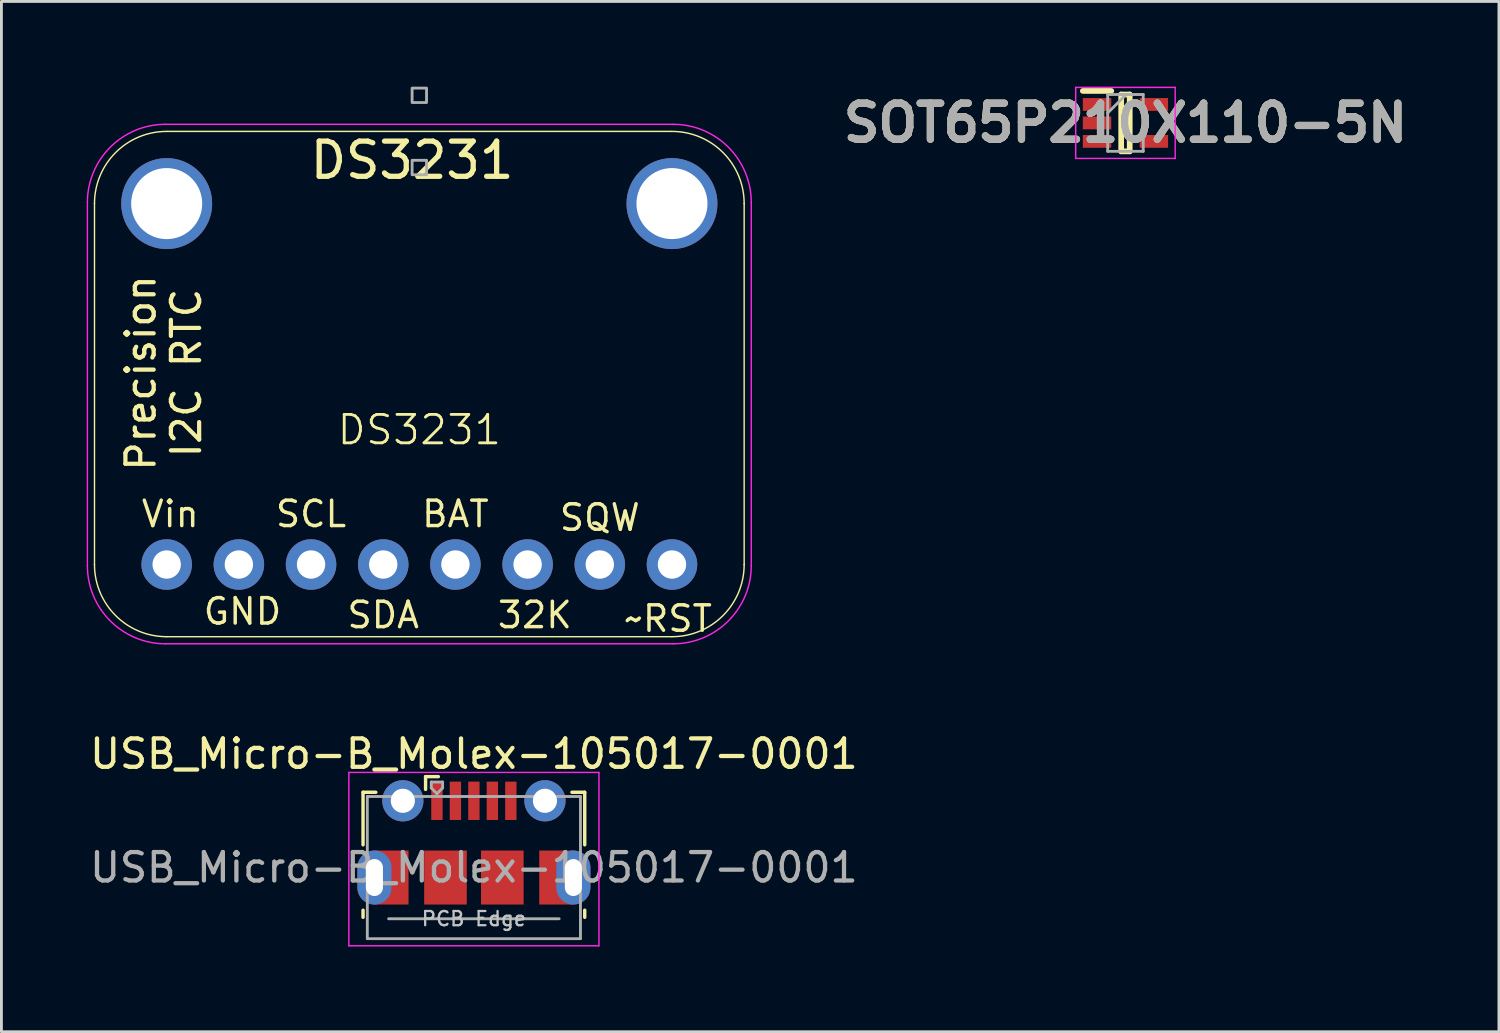
<source format=kicad_pcb>
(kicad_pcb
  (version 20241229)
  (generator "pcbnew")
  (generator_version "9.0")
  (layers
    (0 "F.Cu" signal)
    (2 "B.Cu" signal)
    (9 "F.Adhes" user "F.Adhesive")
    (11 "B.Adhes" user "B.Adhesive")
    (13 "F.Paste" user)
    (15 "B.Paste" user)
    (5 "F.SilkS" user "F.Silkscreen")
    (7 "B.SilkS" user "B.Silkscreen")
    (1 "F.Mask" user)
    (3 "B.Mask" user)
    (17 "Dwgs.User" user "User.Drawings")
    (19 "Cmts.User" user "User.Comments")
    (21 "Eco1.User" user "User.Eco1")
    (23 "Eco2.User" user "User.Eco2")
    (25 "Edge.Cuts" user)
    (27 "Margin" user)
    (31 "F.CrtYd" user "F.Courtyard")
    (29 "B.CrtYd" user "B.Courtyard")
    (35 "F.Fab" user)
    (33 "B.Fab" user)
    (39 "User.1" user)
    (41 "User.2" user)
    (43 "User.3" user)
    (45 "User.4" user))
  (footprint "USB_Micro-B_Molex-105017-0001"
    (layer "F.Cu")
    (at 13.625 26.59)
    (property "Reference" "USB_Micro-B_Molex-105017-0001" (at 0 -3.112 0) (layer "F.SilkS") (effects (font (size 1 1) (thickness 0.15))))
    (attr smd)
    (fp_line (start -3.9 -1.762) (end -3.45 -1.762) (stroke (width 0.12) (type solid)) (layer "F.SilkS"))
    (fp_line (start -3.9 0.087) (end -3.9 -1.762) (stroke (width 0.12) (type solid)) (layer "F.SilkS"))
    (fp_line (start -3.9 2.638) (end -3.9 2.388) (stroke (width 0.12) (type solid)) (layer "F.SilkS"))
    (fp_line (start -1.7 -2.312) (end -1.7 -1.863) (stroke (width 0.12) (type solid)) (layer "F.SilkS"))
    (fp_line (start -1.7 -2.312) (end -1.25 -2.312) (stroke (width 0.12) (type solid)) (layer "F.SilkS"))
    (fp_line (start 3.9 -1.762) (end 3.45 -1.762) (stroke (width 0.12) (type solid)) (layer "F.SilkS"))
    (fp_line (start 3.9 0.087) (end 3.9 -1.762) (stroke (width 0.12) (type solid)) (layer "F.SilkS"))
    (fp_line (start 3.9 2.638) (end 3.9 2.388) (stroke (width 0.12) (type solid)) (layer "F.SilkS"))
    (fp_line (start -4.4 -2.46) (end 4.4 -2.46) (stroke (width 0.05) (type solid)) (layer "F.CrtYd"))
    (fp_line (start -4.4 3.64) (end -4.4 -2.46) (stroke (width 0.05) (type solid)) (layer "F.CrtYd"))
    (fp_line (start -4.4 3.64) (end 4.4 3.64) (stroke (width 0.05) (type solid)) (layer "F.CrtYd"))
    (fp_line (start 4.4 -2.46) (end 4.4 3.64) (stroke (width 0.05) (type solid)) (layer "F.CrtYd"))
    (fp_line (start -3.75 -1.613) (end 3.75 -1.613) (stroke (width 0.1) (type solid)) (layer "F.Fab"))
    (fp_line (start -3.75 3.388) (end -3.75 -1.613) (stroke (width 0.1) (type solid)) (layer "F.Fab"))
    (fp_line (start -3.75 3.389) (end 3.75 3.389) (stroke (width 0.1) (type solid)) (layer "F.Fab"))
    (fp_line (start -3 2.689) (end 3 2.689) (stroke (width 0.1) (type solid)) (layer "F.Fab"))
    (fp_line (start -1.5 -2.123) (end -1.5 -1.913) (stroke (width 0.1) (type solid)) (layer "F.Fab"))
    (fp_line (start -1.5 -2.123) (end -1.1 -2.123) (stroke (width 0.1) (type solid)) (layer "F.Fab"))
    (fp_line (start -1.3 -1.712) (end -1.5 -1.913) (stroke (width 0.1) (type solid)) (layer "F.Fab"))
    (fp_line (start -1.1 -2.123) (end -1.1 -1.913) (stroke (width 0.1) (type solid)) (layer "F.Fab"))
    (fp_line (start -1.1 -1.913) (end -1.3 -1.712) (stroke (width 0.1) (type solid)) (layer "F.Fab"))
    (fp_line (start 3.75 3.388) (end 3.75 -1.613) (stroke (width 0.1) (type solid)) (layer "F.Fab"))
    (fp_text user "PCB Edge" (at 0 2.688 0) (layer "Dwgs.User") (effects (font (size 0.5 0.5) (thickness 0.08))))
    (fp_text user "${REFERENCE}" (at 0 0.887 0) (layer "F.Fab") (effects (font (size 1 1) (thickness 0.15))))
    (pad "1" smd rect (at -1.3 -1.462) (size 0.4 1.35) (layers "F.Cu" "F.Mask" "F.Paste"))
    (pad "2" smd rect (at -0.65 -1.462) (size 0.4 1.35) (layers "F.Cu" "F.Mask" "F.Paste"))
    (pad "3" smd rect (at 0 -1.462) (size 0.4 1.35) (layers "F.Cu" "F.Mask" "F.Paste"))
    (pad "4" smd rect (at 0.65 -1.462) (size 0.4 1.35) (layers "F.Cu" "F.Mask" "F.Paste"))
    (pad "5" smd rect (at 1.3 -1.462) (size 0.4 1.35) (layers "F.Cu" "F.Mask" "F.Paste"))
    (pad "6" thru_hole oval (at -3.5 1.238 180) (size 1.2 1.9) (drill oval 0.6 1.3) (layers "*.Cu" "*.Mask"))
    (pad "6" smd rect (at -2.9 1.238) (size 1.2 1.9) (layers "F.Cu" "F.Mask"))
    (pad "6" thru_hole circle (at -2.5 -1.462) (size 1.45 1.45) (drill 0.85) (layers "*.Cu" "*.Mask"))
    (pad "6" smd rect (at -1 1.238) (size 1.5 1.9) (layers "F.Cu" "F.Mask" "F.Paste"))
    (pad "6" smd rect (at 1 1.238) (size 1.5 1.9) (layers "F.Cu" "F.Mask" "F.Paste"))
    (pad "6" thru_hole circle (at 2.5 -1.462) (size 1.45 1.45) (drill 0.85) (layers "*.Cu" "*.Mask"))
    (pad "6" smd rect (at 2.9 1.238) (size 1.2 1.9) (layers "F.Cu" "F.Mask"))
    (pad "6" thru_hole oval (at 3.5 1.238) (size 1.2 1.9) (drill oval 0.6 1.3) (layers "*.Cu" "*.Mask")))
  (footprint "SOT65P210X110-5N"
    (layer "F.Cu")
    (at 36.552 1.275)
    (property "Reference" "SOT65P210X110-5N" (at 0 0 0) (layer "F.SilkS") (effects (font (size 1.27 1.27) (thickness 0.254))))
    (attr smd)
    (fp_line (start -1.5 -1.125) (end -0.5 -1.125) (stroke (width 0.2) (type solid)) (layer "F.SilkS"))
    (fp_line (start -0.15 -1) (end 0.15 -1) (stroke (width 0.2) (type solid)) (layer "F.SilkS"))
    (fp_line (start -0.15 1) (end -0.15 -1) (stroke (width 0.2) (type solid)) (layer "F.SilkS"))
    (fp_line (start 0.15 -1) (end 0.15 1) (stroke (width 0.2) (type solid)) (layer "F.SilkS"))
    (fp_line (start 0.15 1) (end -0.15 1) (stroke (width 0.2) (type solid)) (layer "F.SilkS"))
    (fp_line (start -1.75 -1.25) (end 1.75 -1.25) (stroke (width 0.05) (type solid)) (layer "F.CrtYd"))
    (fp_line (start -1.75 1.25) (end -1.75 -1.25) (stroke (width 0.05) (type solid)) (layer "F.CrtYd"))
    (fp_line (start 1.75 -1.25) (end 1.75 1.25) (stroke (width 0.05) (type solid)) (layer "F.CrtYd"))
    (fp_line (start 1.75 1.25) (end -1.75 1.25) (stroke (width 0.05) (type solid)) (layer "F.CrtYd"))
    (fp_line (start -0.625 -1) (end 0.625 -1) (stroke (width 0.1) (type solid)) (layer "F.Fab"))
    (fp_line (start -0.625 -0.35) (end 0.025 -1) (stroke (width 0.1) (type solid)) (layer "F.Fab"))
    (fp_line (start -0.625 1) (end -0.625 -1) (stroke (width 0.1) (type solid)) (layer "F.Fab"))
    (fp_line (start 0.625 -1) (end 0.625 1) (stroke (width 0.1) (type solid)) (layer "F.Fab"))
    (fp_line (start 0.625 1) (end -0.625 1) (stroke (width 0.1) (type solid)) (layer "F.Fab"))
    (fp_text user "${REFERENCE}" (at 0 0 0) (layer "F.Fab") (effects (font (size 1.27 1.27) (thickness 0.254))))
    (pad "1" smd rect (at -1 -0.65 90) (size 0.45 1) (layers "F.Cu" "F.Mask" "F.Paste"))
    (pad "2" smd rect (at -1 0 90) (size 0.45 1) (layers "F.Cu" "F.Mask" "F.Paste"))
    (pad "3" smd rect (at -1 0.65 90) (size 0.45 1) (layers "F.Cu" "F.Mask" "F.Paste"))
    (pad "4" smd rect (at 1 0.65 90) (size 0.45 1) (layers "F.Cu" "F.Mask" "F.Paste"))
    (pad "5" smd rect (at 1 -0.65 90) (size 0.45 1) (layers "F.Cu" "F.Mask" "F.Paste")))
  (footprint "DS3231"
    (layer "F.Cu")
    (at 11.705 8.574)
    (property "Reference" "DS3231" (at 0 3.5 0) (unlocked yes) (layer "F.SilkS") (effects (font (size 1 1) (thickness 0.1))))
    (attr through_hole)
    (fp_line (start -11.43 8.24) (end -11.43 -4.46) (stroke (width 0.05) (type solid)) (layer "F.SilkS"))
    (fp_line (start -8.89 -7) (end 8.89 -7) (stroke (width 0.05) (type solid)) (layer "F.SilkS"))
    (fp_line (start 8.89 10.78) (end -8.89 10.78) (stroke (width 0.05) (type solid)) (layer "F.SilkS"))
    (fp_line (start 11.43 -4.46) (end 11.43 8.24) (stroke (width 0.05) (type solid)) (layer "F.SilkS"))
    (fp_arc (start -11.43 -4.46) (mid -10.686051 -6.256051) (end -8.89 -7) (stroke (width 0.05) (type solid)) (layer "F.SilkS"))
    (fp_arc (start -8.89 10.78) (mid -10.686051 10.036051) (end -11.43 8.24) (stroke (width 0.05) (type solid)) (layer "F.SilkS"))
    (fp_arc (start 8.89 -7) (mid 10.686051 -6.256051) (end 11.43 -4.46) (stroke (width 0.05) (type solid)) (layer "F.SilkS"))
    (fp_arc (start 11.43 8.24) (mid 10.686051 10.036051) (end 8.89 10.78) (stroke (width 0.05) (type solid)) (layer "F.SilkS"))
    (fp_line (start -11.68 8.28) (end -11.68 -4.5) (stroke (width 0.05) (type default)) (layer "F.CrtYd"))
    (fp_line (start -8.93 -7.25) (end 8.93 -7.25) (stroke (width 0.05) (type default)) (layer "F.CrtYd"))
    (fp_line (start 8.93 11.03) (end -8.93 11.03) (stroke (width 0.05) (type default)) (layer "F.CrtYd"))
    (fp_line (start 11.68 -4.5) (end 11.68 8.28) (stroke (width 0.05) (type default)) (layer "F.CrtYd"))
    (fp_arc (start -11.68 -4.5) (mid -10.874544 -6.444544) (end -8.93 -7.25) (stroke (width 0.05) (type default)) (layer "F.CrtYd"))
    (fp_arc (start -8.93 11.03) (mid -10.874544 10.224544) (end -11.68 8.28) (stroke (width 0.05) (type default)) (layer "F.CrtYd"))
    (fp_arc (start 8.93 -7.25) (mid 10.874544 -6.444544) (end 11.68 -4.5) (stroke (width 0.05) (type default)) (layer "F.CrtYd"))
    (fp_arc (start 11.68 8.28) (mid 10.874544 10.224544) (end 8.93 11.03) (stroke (width 0.05) (type default)) (layer "F.CrtYd"))
    (fp_rect (start -0.254 -8.524) (end 0.254 -8.016) (stroke (width 0.1) (type default)) (fill no) (layer "F.Fab"))
    (fp_rect (start -0.254 -5.984) (end 0.254 -5.476) (stroke (width 0.1) (type default)) (fill no) (layer "F.Fab"))
    (fp_text user "SCL" (at -3.81 6.462 0) (unlocked yes) (layer "F.SilkS") (effects (font (size 0.894 0.894) (thickness 0.122))))
    (fp_text user "32K" (at 4.064 10.018 0) (unlocked yes) (layer "F.SilkS") (effects (font (size 0.894 0.894) (thickness 0.122))))
    (fp_text user "Precision\nI2C RTC" (at -9 1.5 90) (unlocked yes) (layer "F.SilkS") (effects (font (size 0.994 0.994) (thickness 0.149))))
    (fp_text user "~RST" (at 8.763 10.145 0) (unlocked yes) (layer "F.SilkS") (effects (font (size 0.894 0.894) (thickness 0.122))))
    (fp_text user "SDA" (at -1.27 10.018 0) (unlocked yes) (layer "F.SilkS") (effects (font (size 0.894 0.894) (thickness 0.122))))
    (fp_text user "SQW" (at 6.35 6.589 0) (unlocked yes) (layer "F.SilkS") (effects (font (size 0.894 0.894) (thickness 0.122))))
    (fp_text user "Vin" (at -8.763 6.462 0) (unlocked yes) (layer "F.SilkS") (effects (font (size 0.894 0.894) (thickness 0.122))))
    (fp_text user "BAT" (at 1.27 6.462 0) (unlocked yes) (layer "F.SilkS") (effects (font (size 0.894 0.894) (thickness 0.122))))
    (fp_text user "DS3231" (at -0.254 -5.984 0) (unlocked yes) (layer "F.SilkS") (effects (font (size 1.237 1.237) (thickness 0.185))))
    (fp_text user "GND" (at -6.223 9.891 0) (unlocked yes) (layer "F.SilkS") (effects (font (size 0.894 0.894) (thickness 0.122))))
    (pad "1" thru_hole circle (at -8.89 8.24 90) (size 1.778 1.778) (drill 1) (layers "*.Cu" "*.Mask"))
    (pad "2" thru_hole circle (at -6.35 8.24 90) (size 1.778 1.778) (drill 1) (layers "*.Cu" "*.Mask"))
    (pad "3" thru_hole circle (at -3.81 8.24 90) (size 1.778 1.778) (drill 1) (layers "*.Cu" "*.Mask"))
    (pad "4" thru_hole circle (at -1.27 8.24 90) (size 1.778 1.778) (drill 1) (layers "*.Cu" "*.Mask"))
    (pad "5" thru_hole circle (at 1.27 8.24 90) (size 1.778 1.778) (drill 1) (layers "*.Cu" "*.Mask"))
    (pad "6" thru_hole circle (at 3.81 8.24 90) (size 1.778 1.778) (drill 1) (layers "*.Cu" "*.Mask"))
    (pad "7" thru_hole circle (at 6.35 8.24 90) (size 1.778 1.778) (drill 1) (layers "*.Cu" "*.Mask"))
    (pad "8" thru_hole circle (at 8.89 8.24 90) (size 1.778 1.778) (drill 1) (layers "*.Cu" "*.Mask"))
    (pad "P$1" thru_hole circle (at -8.89 -4.46) (size 3.2 3.2) (drill 2.5) (layers "*.Cu" "*.Mask"))
    (pad "P$1" thru_hole circle (at 8.89 -4.46) (size 3.2 3.2) (drill 2.5) (layers "*.Cu" "*.Mask"))
    (zone (net_name "") (layer "F.Cu") (hatch edge 0.5) (connect_pads) (min_thickness 0.25) (filled_areas_thickness no) (keepout (tracks not_allowed) (vias not_allowed) (pads not_allowed) (copperpour not_allowed) (footprints allowed)) (placement (enabled no)) (fill) (polygon (pts (xy 4.831 4.114) (xy 4.811 3.833) (xy 4.753 3.558) (xy 4.657 3.294) (xy 4.525 3.046) (xy 4.359 2.818) (xy 4.164 2.616) (xy 3.942 2.443) (xy 3.699 2.302) (xy 3.438 2.197) (xy 3.165 2.129) (xy 2.885 2.099) (xy 2.604 2.109) (xy 2.327 2.158) (xy 2.06 2.245) (xy 1.807 2.368) (xy 1.574 2.525) (xy 1.365 2.714) (xy 1.184 2.929) (xy 1.035 3.168) (xy 0.921 3.424) (xy 0.843 3.695) (xy 0.804 3.973) (xy 0.804 4.255) (xy 0.843 4.533) (xy 0.921 4.804) (xy 1.035 5.06) (xy 1.184 5.299) (xy 1.365 5.514) (xy 1.574 5.703) (xy 1.807 5.86) (xy 2.06 5.983) (xy 2.327 6.07) (xy 2.604 6.119) (xy 2.885 6.129) (xy 3.165 6.099) (xy 3.438 6.031) (xy 3.699 5.926) (xy 3.942 5.785) (xy 4.164 5.612) (xy 4.359 5.41) (xy 4.525 5.182) (xy 4.657 4.934) (xy 4.753 4.67) (xy 4.811 4.395))) (polygon (pts (xy 2.799 4.114) (xy 2.804 4.125) (xy 2.815 4.13) (xy 2.826 4.125) (xy 2.831 4.114) (xy 2.826 4.103) (xy 2.815 4.098) (xy 2.804 4.103))))
    (zone (net_name "") (layer "F.Cu") (hatch edge 0.5) (connect_pads) (min_thickness 0.25) (filled_areas_thickness no) (keepout (tracks not_allowed) (vias not_allowed) (pads not_allowed) (copperpour not_allowed) (footprints allowed)) (placement (enabled no)) (fill) (polygon (pts (xy 22.611 4.114) (xy 22.591 3.833) (xy 22.533 3.558) (xy 22.437 3.294) (xy 22.305 3.046) (xy 22.139 2.818) (xy 21.944 2.616) (xy 21.722 2.443) (xy 21.479 2.302) (xy 21.218 2.197) (xy 20.945 2.129) (xy 20.665 2.099) (xy 20.384 2.109) (xy 20.107 2.158) (xy 19.84 2.245) (xy 19.587 2.368) (xy 19.354 2.525) (xy 19.145 2.714) (xy 18.964 2.929) (xy 18.815 3.168) (xy 18.701 3.424) (xy 18.623 3.695) (xy 18.584 3.973) (xy 18.584 4.255) (xy 18.623 4.533) (xy 18.701 4.804) (xy 18.815 5.06) (xy 18.964 5.299) (xy 19.145 5.514) (xy 19.354 5.703) (xy 19.587 5.86) (xy 19.84 5.983) (xy 20.107 6.07) (xy 20.384 6.119) (xy 20.665 6.129) (xy 20.945 6.099) (xy 21.218 6.031) (xy 21.479 5.926) (xy 21.722 5.785) (xy 21.944 5.612) (xy 22.139 5.41) (xy 22.305 5.182) (xy 22.437 4.934) (xy 22.533 4.67) (xy 22.591 4.395))) (polygon (pts (xy 20.579 4.114) (xy 20.584 4.125) (xy 20.595 4.13) (xy 20.606 4.125) (xy 20.611 4.114) (xy 20.606 4.103) (xy 20.595 4.098) (xy 20.584 4.103))))
    (zone (net_name "") (layer "B.Cu") (hatch edge 0.5) (connect_pads) (min_thickness 0.25) (filled_areas_thickness no) (keepout (tracks not_allowed) (vias not_allowed) (pads not_allowed) (copperpour not_allowed) (footprints allowed)) (placement (enabled no)) (fill) (polygon (pts (xy 4.831 4.114) (xy 4.811 3.833) (xy 4.753 3.558) (xy 4.657 3.294) (xy 4.525 3.046) (xy 4.359 2.818) (xy 4.164 2.616) (xy 3.942 2.443) (xy 3.699 2.302) (xy 3.438 2.197) (xy 3.165 2.129) (xy 2.885 2.099) (xy 2.604 2.109) (xy 2.327 2.158) (xy 2.06 2.245) (xy 1.807 2.368) (xy 1.574 2.525) (xy 1.365 2.714) (xy 1.184 2.929) (xy 1.035 3.168) (xy 0.921 3.424) (xy 0.843 3.695) (xy 0.804 3.973) (xy 0.804 4.255) (xy 0.843 4.533) (xy 0.921 4.804) (xy 1.035 5.06) (xy 1.184 5.299) (xy 1.365 5.514) (xy 1.574 5.703) (xy 1.807 5.86) (xy 2.06 5.983) (xy 2.327 6.07) (xy 2.604 6.119) (xy 2.885 6.129) (xy 3.165 6.099) (xy 3.438 6.031) (xy 3.699 5.926) (xy 3.942 5.785) (xy 4.164 5.612) (xy 4.359 5.41) (xy 4.525 5.182) (xy 4.657 4.934) (xy 4.753 4.67) (xy 4.811 4.395))) (polygon (pts (xy 2.799 4.114) (xy 2.804 4.125) (xy 2.815 4.13) (xy 2.826 4.125) (xy 2.831 4.114) (xy 2.826 4.103) (xy 2.815 4.098) (xy 2.804 4.103))))
    (zone (net_name "") (layer "B.Cu") (hatch edge 0.5) (connect_pads) (min_thickness 0.25) (filled_areas_thickness no) (keepout (tracks not_allowed) (vias not_allowed) (pads not_allowed) (copperpour not_allowed) (footprints allowed)) (placement (enabled no)) (fill) (polygon (pts (xy 22.611 4.114) (xy 22.591 3.833) (xy 22.533 3.558) (xy 22.437 3.294) (xy 22.305 3.046) (xy 22.139 2.818) (xy 21.944 2.616) (xy 21.722 2.443) (xy 21.479 2.302) (xy 21.218 2.197) (xy 20.945 2.129) (xy 20.665 2.099) (xy 20.384 2.109) (xy 20.107 2.158) (xy 19.84 2.245) (xy 19.587 2.368) (xy 19.354 2.525) (xy 19.145 2.714) (xy 18.964 2.929) (xy 18.815 3.168) (xy 18.701 3.424) (xy 18.623 3.695) (xy 18.584 3.973) (xy 18.584 4.255) (xy 18.623 4.533) (xy 18.701 4.804) (xy 18.815 5.06) (xy 18.964 5.299) (xy 19.145 5.514) (xy 19.354 5.703) (xy 19.587 5.86) (xy 19.84 5.983) (xy 20.107 6.07) (xy 20.384 6.119) (xy 20.665 6.129) (xy 20.945 6.099) (xy 21.218 6.031) (xy 21.479 5.926) (xy 21.722 5.785) (xy 21.944 5.612) (xy 22.139 5.41) (xy 22.305 5.182) (xy 22.437 4.934) (xy 22.533 4.67) (xy 22.591 4.395))) (polygon (pts (xy 20.579 4.114) (xy 20.584 4.125) (xy 20.595 4.13) (xy 20.606 4.125) (xy 20.611 4.114) (xy 20.606 4.103) (xy 20.595 4.098) (xy 20.584 4.103)))))
  (gr_rect
    (start -3 -3)
    (end 49.694 33.255)
    (stroke (width 0.1) (type default))
    (fill no)
    (layer "Edge.Cuts")))
</source>
